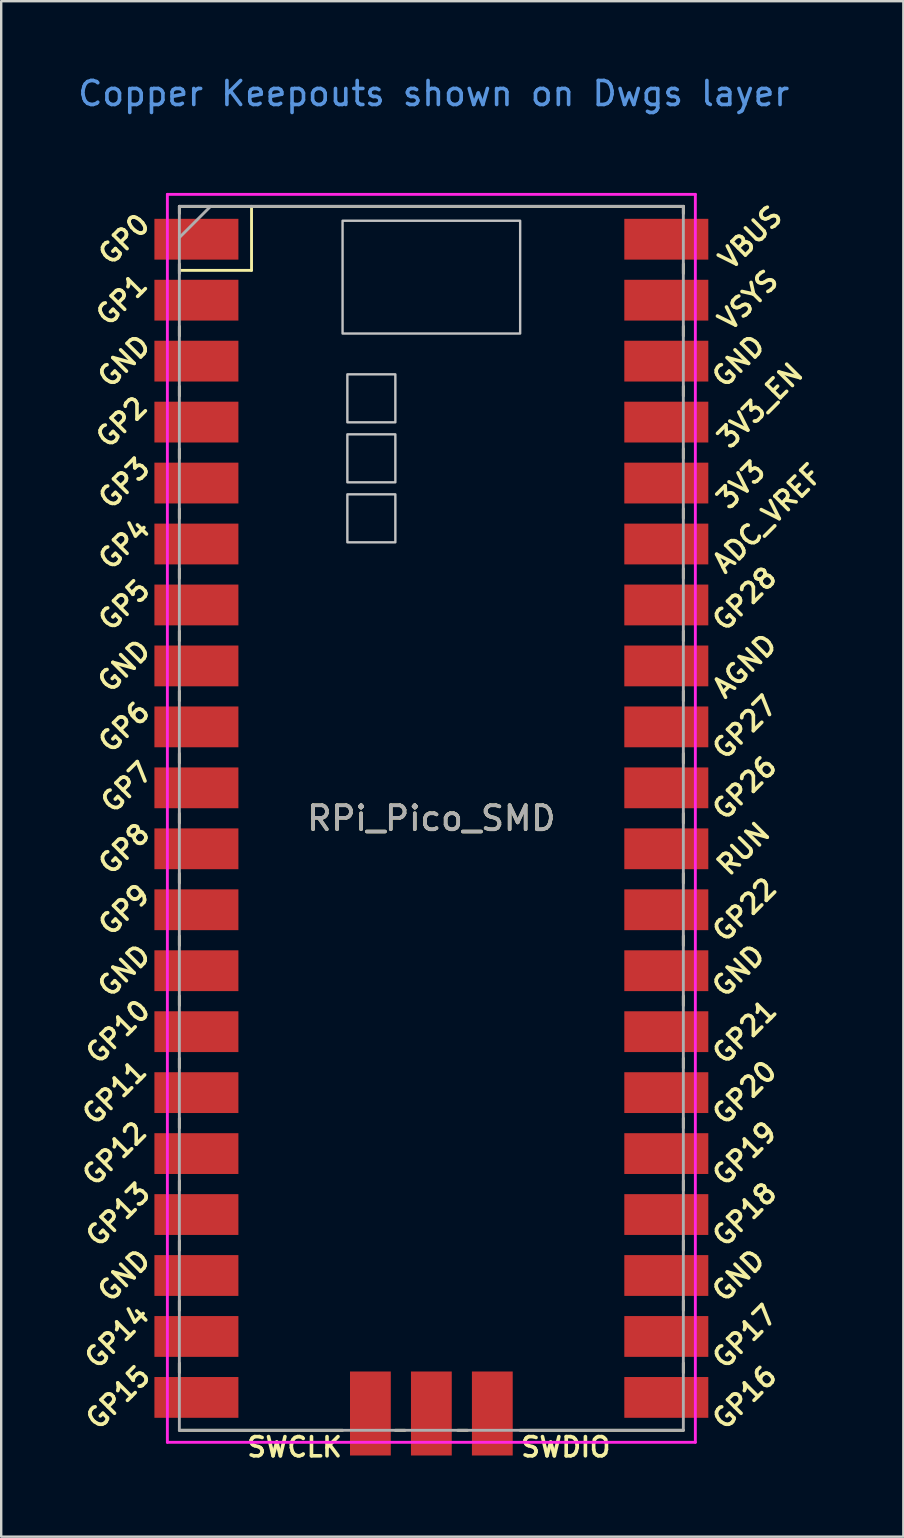
<source format=kicad_pcb>
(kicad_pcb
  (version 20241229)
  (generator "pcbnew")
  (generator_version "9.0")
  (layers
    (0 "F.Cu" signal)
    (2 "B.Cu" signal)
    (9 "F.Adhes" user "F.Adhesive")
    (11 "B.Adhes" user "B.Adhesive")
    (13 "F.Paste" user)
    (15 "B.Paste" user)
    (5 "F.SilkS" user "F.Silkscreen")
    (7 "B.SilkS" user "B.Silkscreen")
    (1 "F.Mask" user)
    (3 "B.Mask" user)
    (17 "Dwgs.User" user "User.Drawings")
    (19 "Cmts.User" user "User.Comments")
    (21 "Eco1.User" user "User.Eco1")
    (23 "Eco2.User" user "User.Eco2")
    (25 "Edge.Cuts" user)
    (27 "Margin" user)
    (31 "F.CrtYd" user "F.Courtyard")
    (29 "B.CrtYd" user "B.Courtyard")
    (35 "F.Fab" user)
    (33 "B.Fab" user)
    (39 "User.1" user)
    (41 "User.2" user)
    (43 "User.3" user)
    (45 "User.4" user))
  (footprint "RPi_Pico_SMD"
    (layer "F.Cu")
    (at 14.924 31.048)
    (property "Reference" "RPi_Pico_SMD" (at 0 0 0) (layer "F.SilkS") (effects (font (size 1 1) (thickness 0.15))))
    (attr through_hole)
    (fp_line (start -10.5 -25.5) (end -10.5 -25.2) (stroke (width 0.12) (type solid)) (layer "F.SilkS"))
    (fp_line (start -10.5 -25.5) (end 10.5 -25.5) (stroke (width 0.12) (type solid)) (layer "F.SilkS"))
    (fp_line (start -10.5 -23.1) (end -10.5 -22.7) (stroke (width 0.12) (type solid)) (layer "F.SilkS"))
    (fp_line (start -10.5 -22.833) (end -7.493 -22.833) (stroke (width 0.12) (type solid)) (layer "F.SilkS"))
    (fp_line (start -10.5 -20.5) (end -10.5 -20.1) (stroke (width 0.12) (type solid)) (layer "F.SilkS"))
    (fp_line (start -10.5 -18) (end -10.5 -17.6) (stroke (width 0.12) (type solid)) (layer "F.SilkS"))
    (fp_line (start -10.5 -15.4) (end -10.5 -15) (stroke (width 0.12) (type solid)) (layer "F.SilkS"))
    (fp_line (start -10.5 -12.9) (end -10.5 -12.5) (stroke (width 0.12) (type solid)) (layer "F.SilkS"))
    (fp_line (start -10.5 -10.4) (end -10.5 -10) (stroke (width 0.12) (type solid)) (layer "F.SilkS"))
    (fp_line (start -10.5 -7.8) (end -10.5 -7.4) (stroke (width 0.12) (type solid)) (layer "F.SilkS"))
    (fp_line (start -10.5 -5.3) (end -10.5 -4.9) (stroke (width 0.12) (type solid)) (layer "F.SilkS"))
    (fp_line (start -10.5 -2.7) (end -10.5 -2.3) (stroke (width 0.12) (type solid)) (layer "F.SilkS"))
    (fp_line (start -10.5 -0.2) (end -10.5 0.2) (stroke (width 0.12) (type solid)) (layer "F.SilkS"))
    (fp_line (start -10.5 2.3) (end -10.5 2.7) (stroke (width 0.12) (type solid)) (layer "F.SilkS"))
    (fp_line (start -10.5 4.9) (end -10.5 5.3) (stroke (width 0.12) (type solid)) (layer "F.SilkS"))
    (fp_line (start -10.5 7.4) (end -10.5 7.8) (stroke (width 0.12) (type solid)) (layer "F.SilkS"))
    (fp_line (start -10.5 10) (end -10.5 10.4) (stroke (width 0.12) (type solid)) (layer "F.SilkS"))
    (fp_line (start -10.5 12.5) (end -10.5 12.9) (stroke (width 0.12) (type solid)) (layer "F.SilkS"))
    (fp_line (start -10.5 15.1) (end -10.5 15.5) (stroke (width 0.12) (type solid)) (layer "F.SilkS"))
    (fp_line (start -10.5 17.6) (end -10.5 18) (stroke (width 0.12) (type solid)) (layer "F.SilkS"))
    (fp_line (start -10.5 20.1) (end -10.5 20.5) (stroke (width 0.12) (type solid)) (layer "F.SilkS"))
    (fp_line (start -10.5 22.7) (end -10.5 23.1) (stroke (width 0.12) (type solid)) (layer "F.SilkS"))
    (fp_line (start -7.493 -22.833) (end -7.493 -25.5) (stroke (width 0.12) (type solid)) (layer "F.SilkS"))
    (fp_line (start -3.7 25.5) (end -10.5 25.5) (stroke (width 0.12) (type solid)) (layer "F.SilkS"))
    (fp_line (start -1.5 25.5) (end -1.1 25.5) (stroke (width 0.12) (type solid)) (layer "F.SilkS"))
    (fp_line (start 1.1 25.5) (end 1.5 25.5) (stroke (width 0.12) (type solid)) (layer "F.SilkS"))
    (fp_line (start 10.5 -25.5) (end 10.5 -25.2) (stroke (width 0.12) (type solid)) (layer "F.SilkS"))
    (fp_line (start 10.5 -23.1) (end 10.5 -22.7) (stroke (width 0.12) (type solid)) (layer "F.SilkS"))
    (fp_line (start 10.5 -20.5) (end 10.5 -20.1) (stroke (width 0.12) (type solid)) (layer "F.SilkS"))
    (fp_line (start 10.5 -18) (end 10.5 -17.6) (stroke (width 0.12) (type solid)) (layer "F.SilkS"))
    (fp_line (start 10.5 -15.4) (end 10.5 -15) (stroke (width 0.12) (type solid)) (layer "F.SilkS"))
    (fp_line (start 10.5 -12.9) (end 10.5 -12.5) (stroke (width 0.12) (type solid)) (layer "F.SilkS"))
    (fp_line (start 10.5 -10.4) (end 10.5 -10) (stroke (width 0.12) (type solid)) (layer "F.SilkS"))
    (fp_line (start 10.5 -7.8) (end 10.5 -7.4) (stroke (width 0.12) (type solid)) (layer "F.SilkS"))
    (fp_line (start 10.5 -5.3) (end 10.5 -4.9) (stroke (width 0.12) (type solid)) (layer "F.SilkS"))
    (fp_line (start 10.5 -2.7) (end 10.5 -2.3) (stroke (width 0.12) (type solid)) (layer "F.SilkS"))
    (fp_line (start 10.5 -0.2) (end 10.5 0.2) (stroke (width 0.12) (type solid)) (layer "F.SilkS"))
    (fp_line (start 10.5 2.3) (end 10.5 2.7) (stroke (width 0.12) (type solid)) (layer "F.SilkS"))
    (fp_line (start 10.5 4.9) (end 10.5 5.3) (stroke (width 0.12) (type solid)) (layer "F.SilkS"))
    (fp_line (start 10.5 7.4) (end 10.5 7.8) (stroke (width 0.12) (type solid)) (layer "F.SilkS"))
    (fp_line (start 10.5 10) (end 10.5 10.4) (stroke (width 0.12) (type solid)) (layer "F.SilkS"))
    (fp_line (start 10.5 12.5) (end 10.5 12.9) (stroke (width 0.12) (type solid)) (layer "F.SilkS"))
    (fp_line (start 10.5 15.1) (end 10.5 15.5) (stroke (width 0.12) (type solid)) (layer "F.SilkS"))
    (fp_line (start 10.5 17.6) (end 10.5 18) (stroke (width 0.12) (type solid)) (layer "F.SilkS"))
    (fp_line (start 10.5 20.1) (end 10.5 20.5) (stroke (width 0.12) (type solid)) (layer "F.SilkS"))
    (fp_line (start 10.5 22.7) (end 10.5 23.1) (stroke (width 0.12) (type solid)) (layer "F.SilkS"))
    (fp_line (start 10.5 25.5) (end 3.7 25.5) (stroke (width 0.12) (type solid)) (layer "F.SilkS"))
    (fp_poly (pts (xy -1.5 -16.5) (xy -3.5 -16.5) (xy -3.5 -18.5) (xy -1.5 -18.5)) (stroke (width 0.1) (type solid)) (fill no) (layer "Dwgs.User"))
    (fp_poly (pts (xy -1.5 -14) (xy -3.5 -14) (xy -3.5 -16) (xy -1.5 -16)) (stroke (width 0.1) (type solid)) (fill no) (layer "Dwgs.User"))
    (fp_poly (pts (xy -1.5 -11.5) (xy -3.5 -11.5) (xy -3.5 -13.5) (xy -1.5 -13.5)) (stroke (width 0.1) (type solid)) (fill no) (layer "Dwgs.User"))
    (fp_poly (pts (xy 3.7 -20.2) (xy -3.7 -20.2) (xy -3.7 -24.9) (xy 3.7 -24.9)) (stroke (width 0.1) (type solid)) (fill no) (layer "Dwgs.User"))
    (fp_line (start -11 -26) (end 11 -26) (stroke (width 0.12) (type solid)) (layer "F.CrtYd"))
    (fp_line (start -11 26) (end -11 -26) (stroke (width 0.12) (type solid)) (layer "F.CrtYd"))
    (fp_line (start 11 -26) (end 11 26) (stroke (width 0.12) (type solid)) (layer "F.CrtYd"))
    (fp_line (start 11 26) (end -11 26) (stroke (width 0.12) (type solid)) (layer "F.CrtYd"))
    (fp_line (start -10.5 -25.5) (end 10.5 -25.5) (stroke (width 0.12) (type solid)) (layer "F.Fab"))
    (fp_line (start -10.5 -24.2) (end -9.2 -25.5) (stroke (width 0.12) (type solid)) (layer "F.Fab"))
    (fp_line (start -10.5 25.5) (end -10.5 -25.5) (stroke (width 0.12) (type solid)) (layer "F.Fab"))
    (fp_line (start 10.5 -25.5) (end 10.5 25.5) (stroke (width 0.12) (type solid)) (layer "F.Fab"))
    (fp_line (start 10.5 25.5) (end -10.5 25.5) (stroke (width 0.12) (type solid)) (layer "F.Fab"))
    (fp_text user "GP27" (at 13.054 -3.8 45) (layer "F.SilkS") (effects (font (size 0.8 0.8) (thickness 0.15))))
    (fp_text user "GP11" (at -13.2 11.43 45) (layer "F.SilkS") (effects (font (size 0.8 0.8) (thickness 0.15))))
    (fp_text user "3V3_EN" (at 13.7 -17.2 45) (layer "F.SilkS") (effects (font (size 0.8 0.8) (thickness 0.15))))
    (fp_text user "GP2" (at -12.9 -16.51 45) (layer "F.SilkS") (effects (font (size 0.8 0.8) (thickness 0.15))))
    (fp_text user "GP3" (at -12.8 -13.97 45) (layer "F.SilkS") (effects (font (size 0.8 0.8) (thickness 0.15))))
    (fp_text user "GP17" (at 13.054 21.59 45) (layer "F.SilkS") (effects (font (size 0.8 0.8) (thickness 0.15))))
    (fp_text user "GP28" (at 13.054 -9.144 45) (layer "F.SilkS") (effects (font (size 0.8 0.8) (thickness 0.15))))
    (fp_text user "GP20" (at 13.054 11.43 45) (layer "F.SilkS") (effects (font (size 0.8 0.8) (thickness 0.15))))
    (fp_text user "GP21" (at 13.054 8.9 45) (layer "F.SilkS") (effects (font (size 0.8 0.8) (thickness 0.15))))
    (fp_text user "GP15" (at -13.054 24.13 45) (layer "F.SilkS") (effects (font (size 0.8 0.8) (thickness 0.15))))
    (fp_text user "GND" (at -12.8 -19.05 45) (layer "F.SilkS") (effects (font (size 0.8 0.8) (thickness 0.15))))
    (fp_text user "GP12" (at -13.2 13.97 45) (layer "F.SilkS") (effects (font (size 0.8 0.8) (thickness 0.15))))
    (fp_text user "GP9" (at -12.8 3.81 45) (layer "F.SilkS") (effects (font (size 0.8 0.8) (thickness 0.15))))
    (fp_text user "GP26" (at 13.054 -1.27 45) (layer "F.SilkS") (effects (font (size 0.8 0.8) (thickness 0.15))))
    (fp_text user "GP13" (at -13.054 16.51 45) (layer "F.SilkS") (effects (font (size 0.8 0.8) (thickness 0.15))))
    (fp_text user "GP7" (at -12.7 -1.3 45) (layer "F.SilkS") (effects (font (size 0.8 0.8) (thickness 0.15))))
    (fp_text user "GP6" (at -12.8 -3.81 45) (layer "F.SilkS") (effects (font (size 0.8 0.8) (thickness 0.15))))
    (fp_text user "GP1" (at -12.9 -21.6 45) (layer "F.SilkS") (effects (font (size 0.8 0.8) (thickness 0.15))))
    (fp_text user "3V3" (at 12.9 -13.9 45) (layer "F.SilkS") (effects (font (size 0.8 0.8) (thickness 0.15))))
    (fp_text user "GND" (at -12.8 19.05 45) (layer "F.SilkS") (effects (font (size 0.8 0.8) (thickness 0.15))))
    (fp_text user "GND" (at -12.8 6.35 45) (layer "F.SilkS") (effects (font (size 0.8 0.8) (thickness 0.15))))
    (fp_text user "GP18" (at 13.054 16.51 45) (layer "F.SilkS") (effects (font (size 0.8 0.8) (thickness 0.15))))
    (fp_text user "GND" (at -12.8 -6.35 45) (layer "F.SilkS") (effects (font (size 0.8 0.8) (thickness 0.15))))
    (fp_text user "GND" (at 12.8 -19.05 45) (layer "F.SilkS") (effects (font (size 0.8 0.8) (thickness 0.15))))
    (fp_text user "VSYS" (at 13.2 -21.59 45) (layer "F.SilkS") (effects (font (size 0.8 0.8) (thickness 0.15))))
    (fp_text user "GP8" (at -12.8 1.27 45) (layer "F.SilkS") (effects (font (size 0.8 0.8) (thickness 0.15))))
    (fp_text user "GP0" (at -12.8 -24.13 45) (layer "F.SilkS") (effects (font (size 0.8 0.8) (thickness 0.15))))
    (fp_text user "GP22" (at 13.054 3.81 45) (layer "F.SilkS") (effects (font (size 0.8 0.8) (thickness 0.15))))
    (fp_text user "GND" (at 12.8 6.35 45) (layer "F.SilkS") (effects (font (size 0.8 0.8) (thickness 0.15))))
    (fp_text user "SWDIO" (at 5.6 26.2 0) (layer "F.SilkS") (effects (font (size 0.8 0.8) (thickness 0.15))))
    (fp_text user "GP14" (at -13.1 21.59 45) (layer "F.SilkS") (effects (font (size 0.8 0.8) (thickness 0.15))))
    (fp_text user "VBUS" (at 13.3 -24.2 45) (layer "F.SilkS") (effects (font (size 0.8 0.8) (thickness 0.15))))
    (fp_text user "GP19" (at 13.054 13.97 45) (layer "F.SilkS") (effects (font (size 0.8 0.8) (thickness 0.15))))
    (fp_text user "SWCLK" (at -5.7 26.2 0) (layer "F.SilkS") (effects (font (size 0.8 0.8) (thickness 0.15))))
    (fp_text user "ADC_VREF" (at 14 -12.5 45) (layer "F.SilkS") (effects (font (size 0.8 0.8) (thickness 0.15))))
    (fp_text user "GP4" (at -12.8 -11.43 45) (layer "F.SilkS") (effects (font (size 0.8 0.8) (thickness 0.15))))
    (fp_text user "GP16" (at 13.054 24.13 45) (layer "F.SilkS") (effects (font (size 0.8 0.8) (thickness 0.15))))
    (fp_text user "GP10" (at -13.054 8.89 45) (layer "F.SilkS") (effects (font (size 0.8 0.8) (thickness 0.15))))
    (fp_text user "RUN" (at 13 1.27 45) (layer "F.SilkS") (effects (font (size 0.8 0.8) (thickness 0.15))))
    (fp_text user "GND" (at 12.8 19.05 45) (layer "F.SilkS") (effects (font (size 0.8 0.8) (thickness 0.15))))
    (fp_text user "GP5" (at -12.8 -8.89 45) (layer "F.SilkS") (effects (font (size 0.8 0.8) (thickness 0.15))))
    (fp_text user "AGND" (at 13.054 -6.35 45) (layer "F.SilkS") (effects (font (size 0.8 0.8) (thickness 0.15))))
    (fp_text user "Copper Keepouts shown on Dwgs layer" (at 0.1 -30.2 0) (layer "Cmts.User") (effects (font (size 1 1) (thickness 0.15))))
    (fp_text user "${REFERENCE}" (at 0 0 180) (layer "F.Fab") (effects (font (size 1 1) (thickness 0.15))))
    (pad "1" smd rect (at -8.89 -24.13) (size 3.5 1.7) (drill (offset -0.9 0)) (layers "F.Cu" "F.Mask"))
    (pad "2" smd rect (at -8.89 -21.59) (size 3.5 1.7) (drill (offset -0.9 0)) (layers "F.Cu" "F.Mask"))
    (pad "3" smd rect (at -8.89 -19.05) (size 3.5 1.7) (drill (offset -0.9 0)) (layers "F.Cu" "F.Mask"))
    (pad "4" smd rect (at -8.89 -16.51) (size 3.5 1.7) (drill (offset -0.9 0)) (layers "F.Cu" "F.Mask"))
    (pad "5" smd rect (at -8.89 -13.97) (size 3.5 1.7) (drill (offset -0.9 0)) (layers "F.Cu" "F.Mask"))
    (pad "6" smd rect (at -8.89 -11.43) (size 3.5 1.7) (drill (offset -0.9 0)) (layers "F.Cu" "F.Mask"))
    (pad "7" smd rect (at -8.89 -8.89) (size 3.5 1.7) (drill (offset -0.9 0)) (layers "F.Cu" "F.Mask"))
    (pad "8" smd rect (at -8.89 -6.35) (size 3.5 1.7) (drill (offset -0.9 0)) (layers "F.Cu" "F.Mask"))
    (pad "9" smd rect (at -8.89 -3.81) (size 3.5 1.7) (drill (offset -0.9 0)) (layers "F.Cu" "F.Mask"))
    (pad "10" smd rect (at -8.89 -1.27) (size 3.5 1.7) (drill (offset -0.9 0)) (layers "F.Cu" "F.Mask"))
    (pad "11" smd rect (at -8.89 1.27) (size 3.5 1.7) (drill (offset -0.9 0)) (layers "F.Cu" "F.Mask"))
    (pad "12" smd rect (at -8.89 3.81) (size 3.5 1.7) (drill (offset -0.9 0)) (layers "F.Cu" "F.Mask"))
    (pad "13" smd rect (at -8.89 6.35) (size 3.5 1.7) (drill (offset -0.9 0)) (layers "F.Cu" "F.Mask"))
    (pad "14" smd rect (at -8.89 8.89) (size 3.5 1.7) (drill (offset -0.9 0)) (layers "F.Cu" "F.Mask"))
    (pad "15" smd rect (at -8.89 11.43) (size 3.5 1.7) (drill (offset -0.9 0)) (layers "F.Cu" "F.Mask"))
    (pad "16" smd rect (at -8.89 13.97) (size 3.5 1.7) (drill (offset -0.9 0)) (layers "F.Cu" "F.Mask"))
    (pad "17" smd rect (at -8.89 16.51) (size 3.5 1.7) (drill (offset -0.9 0)) (layers "F.Cu" "F.Mask"))
    (pad "18" smd rect (at -8.89 19.05) (size 3.5 1.7) (drill (offset -0.9 0)) (layers "F.Cu" "F.Mask"))
    (pad "19" smd rect (at -8.89 21.59) (size 3.5 1.7) (drill (offset -0.9 0)) (layers "F.Cu" "F.Mask"))
    (pad "20" smd rect (at -8.89 24.13) (size 3.5 1.7) (drill (offset -0.9 0)) (layers "F.Cu" "F.Mask"))
    (pad "21" smd rect (at 8.89 24.13) (size 3.5 1.7) (drill (offset 0.9 0)) (layers "F.Cu" "F.Mask"))
    (pad "22" smd rect (at 8.89 21.59) (size 3.5 1.7) (drill (offset 0.9 0)) (layers "F.Cu" "F.Mask"))
    (pad "23" smd rect (at 8.89 19.05) (size 3.5 1.7) (drill (offset 0.9 0)) (layers "F.Cu" "F.Mask"))
    (pad "24" smd rect (at 8.89 16.51) (size 3.5 1.7) (drill (offset 0.9 0)) (layers "F.Cu" "F.Mask"))
    (pad "25" smd rect (at 8.89 13.97) (size 3.5 1.7) (drill (offset 0.9 0)) (layers "F.Cu" "F.Mask"))
    (pad "26" smd rect (at 8.89 11.43) (size 3.5 1.7) (drill (offset 0.9 0)) (layers "F.Cu" "F.Mask"))
    (pad "27" smd rect (at 8.89 8.89) (size 3.5 1.7) (drill (offset 0.9 0)) (layers "F.Cu" "F.Mask"))
    (pad "28" smd rect (at 8.89 6.35) (size 3.5 1.7) (drill (offset 0.9 0)) (layers "F.Cu" "F.Mask"))
    (pad "29" smd rect (at 8.89 3.81) (size 3.5 1.7) (drill (offset 0.9 0)) (layers "F.Cu" "F.Mask"))
    (pad "30" smd rect (at 8.89 1.27) (size 3.5 1.7) (drill (offset 0.9 0)) (layers "F.Cu" "F.Mask"))
    (pad "31" smd rect (at 8.89 -1.27) (size 3.5 1.7) (drill (offset 0.9 0)) (layers "F.Cu" "F.Mask"))
    (pad "32" smd rect (at 8.89 -3.81) (size 3.5 1.7) (drill (offset 0.9 0)) (layers "F.Cu" "F.Mask"))
    (pad "33" smd rect (at 8.89 -6.35) (size 3.5 1.7) (drill (offset 0.9 0)) (layers "F.Cu" "F.Mask"))
    (pad "34" smd rect (at 8.89 -8.89) (size 3.5 1.7) (drill (offset 0.9 0)) (layers "F.Cu" "F.Mask"))
    (pad "35" smd rect (at 8.89 -11.43) (size 3.5 1.7) (drill (offset 0.9 0)) (layers "F.Cu" "F.Mask"))
    (pad "36" smd rect (at 8.89 -13.97) (size 3.5 1.7) (drill (offset 0.9 0)) (layers "F.Cu" "F.Mask"))
    (pad "37" smd rect (at 8.89 -16.51) (size 3.5 1.7) (drill (offset 0.9 0)) (layers "F.Cu" "F.Mask"))
    (pad "38" smd rect (at 8.89 -19.05) (size 3.5 1.7) (drill (offset 0.9 0)) (layers "F.Cu" "F.Mask"))
    (pad "39" smd rect (at 8.89 -21.59) (size 3.5 1.7) (drill (offset 0.9 0)) (layers "F.Cu" "F.Mask"))
    (pad "40" smd rect (at 8.89 -24.13) (size 3.5 1.7) (drill (offset 0.9 0)) (layers "F.Cu" "F.Mask"))
    (pad "41" smd rect (at -2.54 23.9 90) (size 3.5 1.7) (drill (offset -0.9 0)) (layers "F.Cu" "F.Mask"))
    (pad "42" smd rect (at 0 23.9 90) (size 3.5 1.7) (drill (offset -0.9 0)) (layers "F.Cu" "F.Mask"))
    (pad "43" smd rect (at 2.54 23.9 90) (size 3.5 1.7) (drill (offset -0.9 0)) (layers "F.Cu" "F.Mask")))
  (gr_rect
    (start -3 -3)
    (end 34.591 60.98)
    (stroke (width 0.1) (type default))
    (fill no)
    (layer "Edge.Cuts")))
</source>
